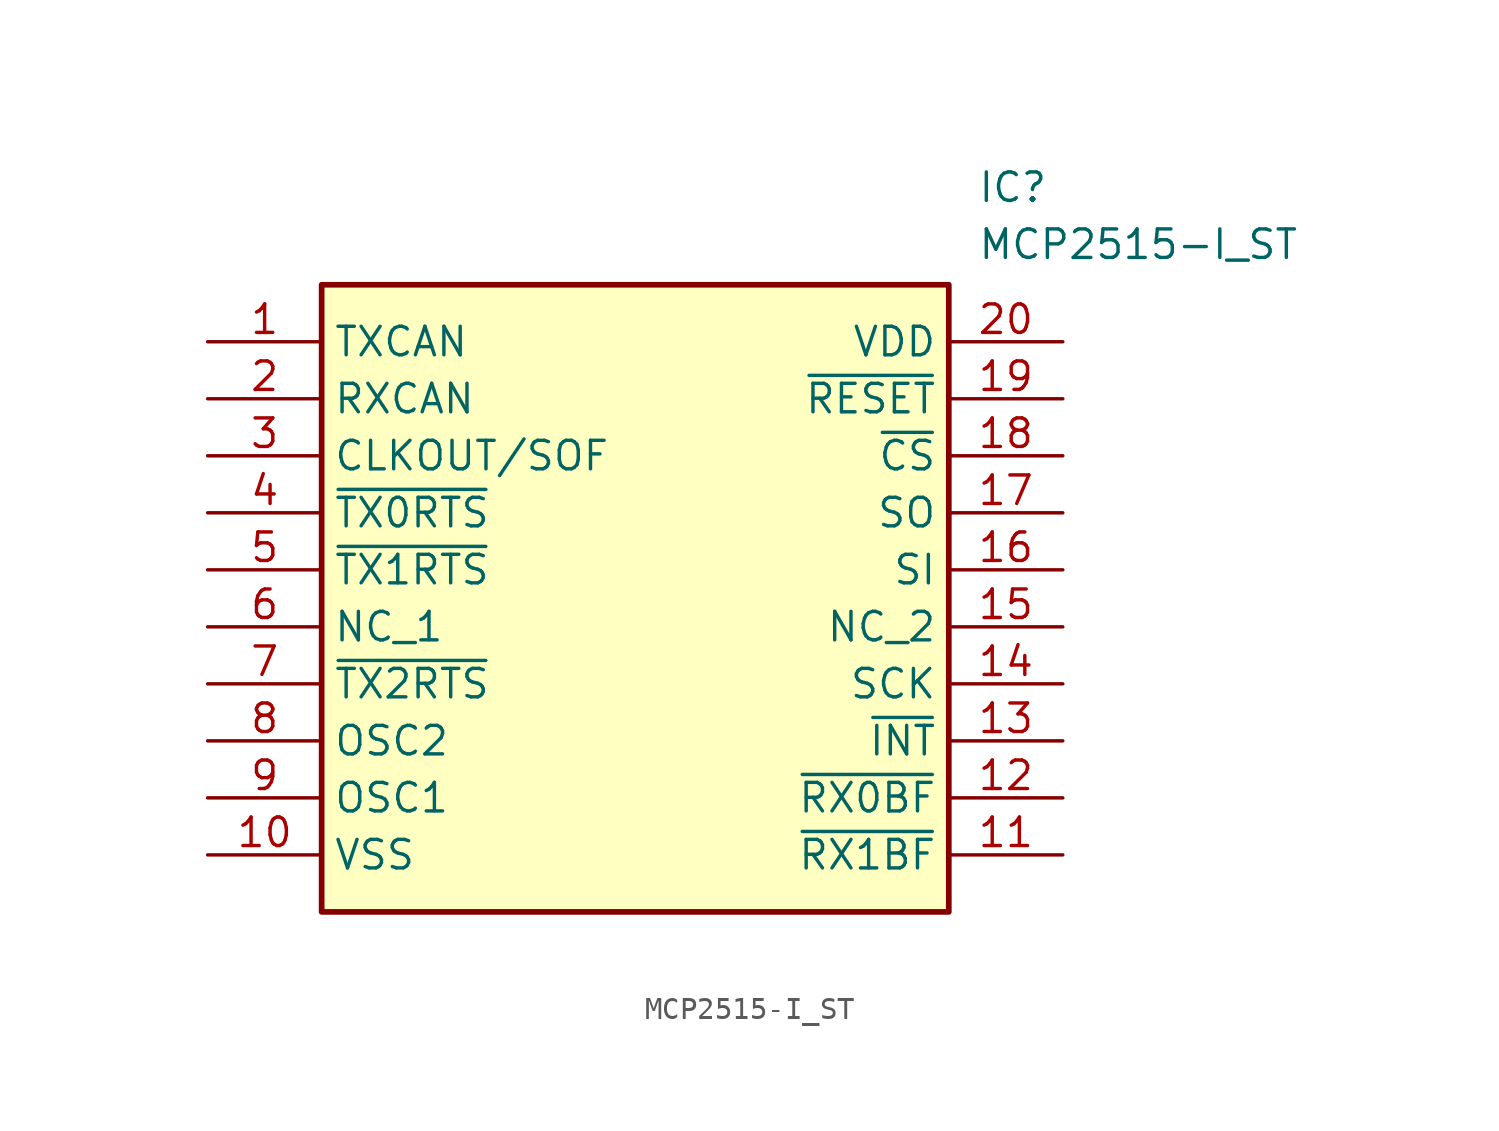
<source format=kicad_sym>
(kicad_symbol_lib
  (version 20211014)
  (generator SamacSys_ECAD_Model)
  (symbol "MCP2515-I_ST"
    (property "Reference" "IC"
      (at 34.29 7.62 0)
      (effects (font (size 1.27 1.27)) (justify left top)))
    (property "Value" "MCP2515-I_ST"
      (at 34.29 5.08 0)
      (effects (font (size 1.27 1.27)) (justify left top)))
    (rectangle
      (start 5.08 2.54)
      (end 33.02 -25.4)
      (stroke (width 0.254) (type default))
      (fill (type background)))
    (pin passive line
      (at 0 0 0)
      (length 5.08)
      (name "TXCAN" (effects (font (size 1.27 1.27))))
      (number "1" (effects (font (size 1.27 1.27)))))
    (pin passive line
      (at 0 -2.54 0)
      (length 5.08)
      (name "RXCAN" (effects (font (size 1.27 1.27))))
      (number "2" (effects (font (size 1.27 1.27)))))
    (pin passive line
      (at 0 -5.08 0)
      (length 5.08)
      (name "CLKOUT/SOF" (effects (font (size 1.27 1.27))))
      (number "3" (effects (font (size 1.27 1.27)))))
    (pin passive line
      (at 0 -7.62 0)
      (length 5.08)
      (name "~{TX0RTS}" (effects (font (size 1.27 1.27))))
      (number "4" (effects (font (size 1.27 1.27)))))
    (pin passive line
      (at 0 -10.16 0)
      (length 5.08)
      (name "~{TX1RTS}" (effects (font (size 1.27 1.27))))
      (number "5" (effects (font (size 1.27 1.27)))))
    (pin passive line
      (at 0 -12.7 0)
      (length 5.08)
      (name "NC_1" (effects (font (size 1.27 1.27))))
      (number "6" (effects (font (size 1.27 1.27)))))
    (pin passive line
      (at 0 -15.24 0)
      (length 5.08)
      (name "~{TX2RTS}" (effects (font (size 1.27 1.27))))
      (number "7" (effects (font (size 1.27 1.27)))))
    (pin passive line
      (at 0 -17.78 0)
      (length 5.08)
      (name "OSC2" (effects (font (size 1.27 1.27))))
      (number "8" (effects (font (size 1.27 1.27)))))
    (pin passive line
      (at 0 -20.32 0)
      (length 5.08)
      (name "OSC1" (effects (font (size 1.27 1.27))))
      (number "9" (effects (font (size 1.27 1.27)))))
    (pin passive line
      (at 0 -22.86 0)
      (length 5.08)
      (name "VSS" (effects (font (size 1.27 1.27))))
      (number "10" (effects (font (size 1.27 1.27)))))
    (pin passive line
      (at 38.1 0 180)
      (length 5.08)
      (name "VDD" (effects (font (size 1.27 1.27))))
      (number "20" (effects (font (size 1.27 1.27)))))
    (pin passive line
      (at 38.1 -2.54 180)
      (length 5.08)
      (name "~{RESET}" (effects (font (size 1.27 1.27))))
      (number "19" (effects (font (size 1.27 1.27)))))
    (pin passive line
      (at 38.1 -5.08 180)
      (length 5.08)
      (name "~{CS}" (effects (font (size 1.27 1.27))))
      (number "18" (effects (font (size 1.27 1.27)))))
    (pin passive line
      (at 38.1 -7.62 180)
      (length 5.08)
      (name "SO" (effects (font (size 1.27 1.27))))
      (number "17" (effects (font (size 1.27 1.27)))))
    (pin passive line
      (at 38.1 -10.16 180)
      (length 5.08)
      (name "SI" (effects (font (size 1.27 1.27))))
      (number "16" (effects (font (size 1.27 1.27)))))
    (pin passive line
      (at 38.1 -12.7 180)
      (length 5.08)
      (name "NC_2" (effects (font (size 1.27 1.27))))
      (number "15" (effects (font (size 1.27 1.27)))))
    (pin passive line
      (at 38.1 -15.24 180)
      (length 5.08)
      (name "SCK" (effects (font (size 1.27 1.27))))
      (number "14" (effects (font (size 1.27 1.27)))))
    (pin passive line
      (at 38.1 -17.78 180)
      (length 5.08)
      (name "~{INT}" (effects (font (size 1.27 1.27))))
      (number "13" (effects (font (size 1.27 1.27)))))
    (pin passive line
      (at 38.1 -20.32 180)
      (length 5.08)
      (name "~{RX0BF}" (effects (font (size 1.27 1.27))))
      (number "12" (effects (font (size 1.27 1.27)))))
    (pin passive line
      (at 38.1 -22.86 180)
      (length 5.08)
      (name "~{RX1BF}" (effects (font (size 1.27 1.27))))
      (number "11" (effects (font (size 1.27 1.27)))))))
</source>
